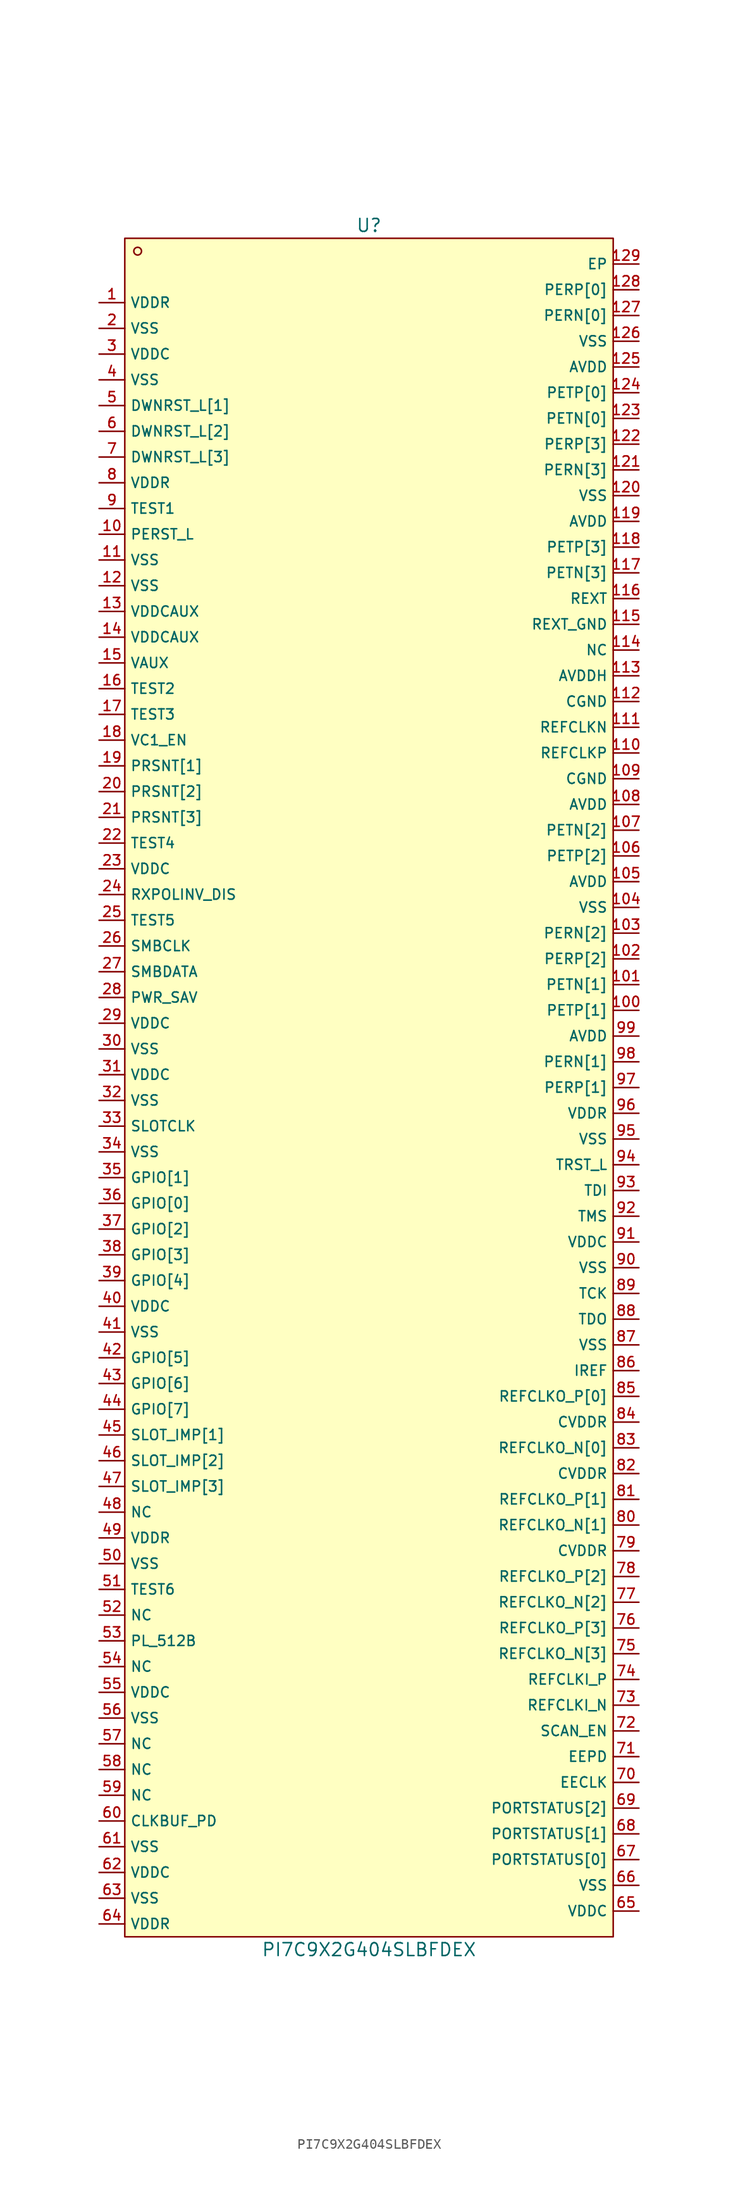
<source format=kicad_sym>
(kicad_symbol_lib
  (version 20241209)
  (generator "kicad_symbol_editor")
  (generator_version "9.0")
  (symbol "PI7C9X2G404SLBFDEX"
    (property "Reference" "U"
      (at 0 85.09 0)
      (effects (font (size 1.27 1.27))))
    (property "Value" "PI7C9X2G404SLBFDEX"
      (at 0 -85.09 0)
      (effects (font (size 1.27 1.27))))
    (symbol "PI7C9X2G404SLBFDEX_0_1"
      (rectangle (start -24.13 83.82) (end 24.13 -83.82) (stroke (width 0) (type default)) (fill (type background)))
      (circle (center -22.86 82.55) (radius 0.381) (stroke (width 0) (type default)) (fill (type background)))
      (pin unspecified line (at -26.67 74.93 0) (length 2.54) (name "VSS" (effects (font (size 1 1)))) (number "2" (effects (font (size 1 1)))))
      (pin unspecified line (at -26.67 72.39 0) (length 2.54) (name "VDDC" (effects (font (size 1 1)))) (number "3" (effects (font (size 1 1)))))
      (pin unspecified line (at -26.67 69.85 0) (length 2.54) (name "VSS" (effects (font (size 1 1)))) (number "4" (effects (font (size 1 1)))))
      (pin unspecified line (at -26.67 67.31 0) (length 2.54) (name "DWNRST_L[1]" (effects (font (size 1 1)))) (number "5" (effects (font (size 1 1)))))
      (pin unspecified line (at -26.67 64.77 0) (length 2.54) (name "DWNRST_L[2]" (effects (font (size 1 1)))) (number "6" (effects (font (size 1 1)))))
      (pin unspecified line (at -26.67 62.23 0) (length 2.54) (name "DWNRST_L[3]" (effects (font (size 1 1)))) (number "7" (effects (font (size 1 1)))))
      (pin unspecified line (at -26.67 59.69 0) (length 2.54) (name "VDDR" (effects (font (size 1 1)))) (number "8" (effects (font (size 1 1)))))
      (pin unspecified line (at -26.67 57.15 0) (length 2.54) (name "TEST1" (effects (font (size 1 1)))) (number "9" (effects (font (size 1 1)))))
      (pin unspecified line (at -26.67 54.61 0) (length 2.54) (name "PERST_L" (effects (font (size 1 1)))) (number "10" (effects (font (size 1 1)))))
      (pin unspecified line (at -26.67 52.07 0) (length 2.54) (name "VSS" (effects (font (size 1 1)))) (number "11" (effects (font (size 1 1)))))
      (pin unspecified line (at -26.67 49.53 0) (length 2.54) (name "VSS" (effects (font (size 1 1)))) (number "12" (effects (font (size 1 1)))))
      (pin unspecified line (at -26.67 46.99 0) (length 2.54) (name "VDDCAUX" (effects (font (size 1 1)))) (number "13" (effects (font (size 1 1)))))
      (pin unspecified line (at -26.67 44.45 0) (length 2.54) (name "VDDCAUX" (effects (font (size 1 1)))) (number "14" (effects (font (size 1 1)))))
      (pin unspecified line (at -26.67 41.91 0) (length 2.54) (name "VAUX" (effects (font (size 1 1)))) (number "15" (effects (font (size 1 1)))))
      (pin unspecified line (at -26.67 39.37 0) (length 2.54) (name "TEST2" (effects (font (size 1 1)))) (number "16" (effects (font (size 1 1)))))
      (pin unspecified line (at -26.67 36.83 0) (length 2.54) (name "TEST3" (effects (font (size 1 1)))) (number "17" (effects (font (size 1 1)))))
      (pin unspecified line (at -26.67 34.29 0) (length 2.54) (name "VC1_EN" (effects (font (size 1 1)))) (number "18" (effects (font (size 1 1)))))
      (pin unspecified line (at -26.67 31.75 0) (length 2.54) (name "PRSNT[1]" (effects (font (size 1 1)))) (number "19" (effects (font (size 1 1)))))
      (pin unspecified line (at -26.67 29.21 0) (length 2.54) (name "PRSNT[2]" (effects (font (size 1 1)))) (number "20" (effects (font (size 1 1)))))
      (pin unspecified line (at -26.67 26.67 0) (length 2.54) (name "PRSNT[3]" (effects (font (size 1 1)))) (number "21" (effects (font (size 1 1)))))
      (pin unspecified line (at -26.67 24.13 0) (length 2.54) (name "TEST4" (effects (font (size 1 1)))) (number "22" (effects (font (size 1 1)))))
      (pin unspecified line (at -26.67 21.59 0) (length 2.54) (name "VDDC" (effects (font (size 1 1)))) (number "23" (effects (font (size 1 1)))))
      (pin unspecified line (at -26.67 19.05 0) (length 2.54) (name "RXPOLINV_DIS" (effects (font (size 1 1)))) (number "24" (effects (font (size 1 1)))))
      (pin unspecified line (at -26.67 16.51 0) (length 2.54) (name "TEST5" (effects (font (size 1 1)))) (number "25" (effects (font (size 1 1)))))
      (pin unspecified line (at -26.67 13.97 0) (length 2.54) (name "SMBCLK" (effects (font (size 1 1)))) (number "26" (effects (font (size 1 1)))))
      (pin unspecified line (at -26.67 11.43 0) (length 2.54) (name "SMBDATA" (effects (font (size 1 1)))) (number "27" (effects (font (size 1 1)))))
      (pin unspecified line (at -26.67 8.89 0) (length 2.54) (name "PWR_SAV" (effects (font (size 1 1)))) (number "28" (effects (font (size 1 1)))))
      (pin unspecified line (at -26.67 6.35 0) (length 2.54) (name "VDDC" (effects (font (size 1 1)))) (number "29" (effects (font (size 1 1)))))
      (pin unspecified line (at -26.67 3.81 0) (length 2.54) (name "VSS" (effects (font (size 1 1)))) (number "30" (effects (font (size 1 1)))))
      (pin unspecified line (at -26.67 1.27 0) (length 2.54) (name "VDDC" (effects (font (size 1 1)))) (number "31" (effects (font (size 1 1)))))
      (pin unspecified line (at -26.67 -1.27 0) (length 2.54) (name "VSS" (effects (font (size 1 1)))) (number "32" (effects (font (size 1 1)))))
      (pin unspecified line (at -26.67 -3.81 0) (length 2.54) (name "SLOTCLK" (effects (font (size 1 1)))) (number "33" (effects (font (size 1 1)))))
      (pin unspecified line (at -26.67 -6.35 0) (length 2.54) (name "VSS" (effects (font (size 1 1)))) (number "34" (effects (font (size 1 1)))))
      (pin unspecified line (at -26.67 -8.89 0) (length 2.54) (name "GPIO[1]" (effects (font (size 1 1)))) (number "35" (effects (font (size 1 1)))))
      (pin unspecified line (at -26.67 -11.43 0) (length 2.54) (name "GPIO[0]" (effects (font (size 1 1)))) (number "36" (effects (font (size 1 1)))))
      (pin unspecified line (at -26.67 -13.97 0) (length 2.54) (name "GPIO[2]" (effects (font (size 1 1)))) (number "37" (effects (font (size 1 1)))))
      (pin unspecified line (at -26.67 -16.51 0) (length 2.54) (name "GPIO[3]" (effects (font (size 1 1)))) (number "38" (effects (font (size 1 1)))))
      (pin unspecified line (at -26.67 -19.05 0) (length 2.54) (name "GPIO[4]" (effects (font (size 1 1)))) (number "39" (effects (font (size 1 1)))))
      (pin unspecified line (at -26.67 -21.59 0) (length 2.54) (name "VDDC" (effects (font (size 1 1)))) (number "40" (effects (font (size 1 1)))))
      (pin unspecified line (at -26.67 -24.13 0) (length 2.54) (name "VSS" (effects (font (size 1 1)))) (number "41" (effects (font (size 1 1)))))
      (pin unspecified line (at -26.67 -26.67 0) (length 2.54) (name "GPIO[5]" (effects (font (size 1 1)))) (number "42" (effects (font (size 1 1)))))
      (pin unspecified line (at -26.67 -29.21 0) (length 2.54) (name "GPIO[6]" (effects (font (size 1 1)))) (number "43" (effects (font (size 1 1)))))
      (pin unspecified line (at -26.67 -31.75 0) (length 2.54) (name "GPIO[7]" (effects (font (size 1 1)))) (number "44" (effects (font (size 1 1)))))
      (pin unspecified line (at -26.67 -34.29 0) (length 2.54) (name "SLOT_IMP[1]" (effects (font (size 1 1)))) (number "45" (effects (font (size 1 1)))))
      (pin unspecified line (at -26.67 -36.83 0) (length 2.54) (name "SLOT_IMP[2]" (effects (font (size 1 1)))) (number "46" (effects (font (size 1 1)))))
      (pin unspecified line (at -26.67 -39.37 0) (length 2.54) (name "SLOT_IMP[3]" (effects (font (size 1 1)))) (number "47" (effects (font (size 1 1)))))
      (pin unspecified line (at -26.67 -41.91 0) (length 2.54) (name "NC" (effects (font (size 1 1)))) (number "48" (effects (font (size 1 1)))))
      (pin unspecified line (at -26.67 -44.45 0) (length 2.54) (name "VDDR" (effects (font (size 1 1)))) (number "49" (effects (font (size 1 1)))))
      (pin unspecified line (at -26.67 -46.99 0) (length 2.54) (name "VSS" (effects (font (size 1 1)))) (number "50" (effects (font (size 1 1)))))
      (pin unspecified line (at -26.67 -49.53 0) (length 2.54) (name "TEST6" (effects (font (size 1 1)))) (number "51" (effects (font (size 1 1)))))
      (pin unspecified line (at -26.67 -52.07 0) (length 2.54) (name "NC" (effects (font (size 1 1)))) (number "52" (effects (font (size 1 1)))))
      (pin unspecified line (at -26.67 -54.61 0) (length 2.54) (name "PL_512B" (effects (font (size 1 1)))) (number "53" (effects (font (size 1 1)))))
      (pin unspecified line (at -26.67 -57.15 0) (length 2.54) (name "NC" (effects (font (size 1 1)))) (number "54" (effects (font (size 1 1)))))
      (pin unspecified line (at -26.67 -59.69 0) (length 2.54) (name "VDDC" (effects (font (size 1 1)))) (number "55" (effects (font (size 1 1)))))
      (pin unspecified line (at -26.67 -62.23 0) (length 2.54) (name "VSS" (effects (font (size 1 1)))) (number "56" (effects (font (size 1 1)))))
      (pin unspecified line (at -26.67 -64.77 0) (length 2.54) (name "NC" (effects (font (size 1 1)))) (number "57" (effects (font (size 1 1)))))
      (pin unspecified line (at -26.67 -67.31 0) (length 2.54) (name "NC" (effects (font (size 1 1)))) (number "58" (effects (font (size 1 1)))))
      (pin unspecified line (at -26.67 -69.85 0) (length 2.54) (name "NC" (effects (font (size 1 1)))) (number "59" (effects (font (size 1 1)))))
      (pin unspecified line (at -26.67 -72.39 0) (length 2.54) (name "CLKBUF_PD" (effects (font (size 1 1)))) (number "60" (effects (font (size 1 1)))))
      (pin unspecified line (at -26.67 -74.93 0) (length 2.54) (name "VSS" (effects (font (size 1 1)))) (number "61" (effects (font (size 1 1)))))
      (pin unspecified line (at -26.67 -77.47 0) (length 2.54) (name "VDDC" (effects (font (size 1 1)))) (number "62" (effects (font (size 1 1)))))
      (pin unspecified line (at -26.67 -80.01 0) (length 2.54) (name "VSS" (effects (font (size 1 1)))) (number "63" (effects (font (size 1 1)))))
      (pin unspecified line (at -26.67 -82.55 0) (length 2.54) (name "VDDR" (effects (font (size 1 1)))) (number "64" (effects (font (size 1 1)))))
      (pin unspecified line (at 26.67 81.28 180) (length 2.54) (name "EP" (effects (font (size 1 1)))) (number "129" (effects (font (size 1 1)))))
      (pin unspecified line (at 26.67 78.74 180) (length 2.54) (name "PERP[0]" (effects (font (size 1 1)))) (number "128" (effects (font (size 1 1)))))
      (pin unspecified line (at 26.67 76.2 180) (length 2.54) (name "PERN[0]" (effects (font (size 1 1)))) (number "127" (effects (font (size 1 1)))))
      (pin unspecified line (at 26.67 73.66 180) (length 2.54) (name "VSS" (effects (font (size 1 1)))) (number "126" (effects (font (size 1 1)))))
      (pin unspecified line (at 26.67 71.12 180) (length 2.54) (name "AVDD" (effects (font (size 1 1)))) (number "125" (effects (font (size 1 1)))))
      (pin unspecified line (at 26.67 68.58 180) (length 2.54) (name "PETP[0]" (effects (font (size 1 1)))) (number "124" (effects (font (size 1 1)))))
      (pin unspecified line (at 26.67 66.04 180) (length 2.54) (name "PETN[0]" (effects (font (size 1 1)))) (number "123" (effects (font (size 1 1)))))
      (pin unspecified line (at 26.67 63.5 180) (length 2.54) (name "PERP[3]" (effects (font (size 1 1)))) (number "122" (effects (font (size 1 1)))))
      (pin unspecified line (at 26.67 60.96 180) (length 2.54) (name "PERN[3]" (effects (font (size 1 1)))) (number "121" (effects (font (size 1 1)))))
      (pin unspecified line (at 26.67 58.42 180) (length 2.54) (name "VSS" (effects (font (size 1 1)))) (number "120" (effects (font (size 1 1)))))
      (pin unspecified line (at 26.67 55.88 180) (length 2.54) (name "AVDD" (effects (font (size 1 1)))) (number "119" (effects (font (size 1 1)))))
      (pin unspecified line (at 26.67 53.34 180) (length 2.54) (name "PETP[3]" (effects (font (size 1 1)))) (number "118" (effects (font (size 1 1)))))
      (pin unspecified line (at 26.67 50.8 180) (length 2.54) (name "PETN[3]" (effects (font (size 1 1)))) (number "117" (effects (font (size 1 1)))))
      (pin unspecified line (at 26.67 48.26 180) (length 2.54) (name "REXT" (effects (font (size 1 1)))) (number "116" (effects (font (size 1 1)))))
      (pin unspecified line (at 26.67 45.72 180) (length 2.54) (name "REXT_GND" (effects (font (size 1 1)))) (number "115" (effects (font (size 1 1)))))
      (pin unspecified line (at 26.67 43.18 180) (length 2.54) (name "NC" (effects (font (size 1 1)))) (number "114" (effects (font (size 1 1)))))
      (pin unspecified line (at 26.67 40.64 180) (length 2.54) (name "AVDDH" (effects (font (size 1 1)))) (number "113" (effects (font (size 1 1)))))
      (pin unspecified line (at 26.67 38.1 180) (length 2.54) (name "CGND" (effects (font (size 1 1)))) (number "112" (effects (font (size 1 1)))))
      (pin unspecified line (at 26.67 35.56 180) (length 2.54) (name "REFCLKN" (effects (font (size 1 1)))) (number "111" (effects (font (size 1 1)))))
      (pin unspecified line (at 26.67 33.02 180) (length 2.54) (name "REFCLKP" (effects (font (size 1 1)))) (number "110" (effects (font (size 1 1)))))
      (pin unspecified line (at 26.67 30.48 180) (length 2.54) (name "CGND" (effects (font (size 1 1)))) (number "109" (effects (font (size 1 1)))))
      (pin unspecified line (at 26.67 27.94 180) (length 2.54) (name "AVDD" (effects (font (size 1 1)))) (number "108" (effects (font (size 1 1)))))
      (pin unspecified line (at 26.67 25.4 180) (length 2.54) (name "PETN[2]" (effects (font (size 1 1)))) (number "107" (effects (font (size 1 1)))))
      (pin unspecified line (at 26.67 22.86 180) (length 2.54) (name "PETP[2]" (effects (font (size 1 1)))) (number "106" (effects (font (size 1 1)))))
      (pin unspecified line (at 26.67 20.32 180) (length 2.54) (name "AVDD" (effects (font (size 1 1)))) (number "105" (effects (font (size 1 1)))))
      (pin unspecified line (at 26.67 17.78 180) (length 2.54) (name "VSS" (effects (font (size 1 1)))) (number "104" (effects (font (size 1 1)))))
      (pin unspecified line (at 26.67 15.24 180) (length 2.54) (name "PERN[2]" (effects (font (size 1 1)))) (number "103" (effects (font (size 1 1)))))
      (pin unspecified line (at 26.67 12.7 180) (length 2.54) (name "PERP[2]" (effects (font (size 1 1)))) (number "102" (effects (font (size 1 1)))))
      (pin unspecified line (at 26.67 10.16 180) (length 2.54) (name "PETN[1]" (effects (font (size 1 1)))) (number "101" (effects (font (size 1 1)))))
      (pin unspecified line (at 26.67 7.62 180) (length 2.54) (name "PETP[1]" (effects (font (size 1 1)))) (number "100" (effects (font (size 1 1)))))
      (pin unspecified line (at 26.67 5.08 180) (length 2.54) (name "AVDD" (effects (font (size 1 1)))) (number "99" (effects (font (size 1 1)))))
      (pin unspecified line (at 26.67 2.54 180) (length 2.54) (name "PERN[1]" (effects (font (size 1 1)))) (number "98" (effects (font (size 1 1)))))
      (pin unspecified line (at 26.67 0 180) (length 2.54) (name "PERP[1]" (effects (font (size 1 1)))) (number "97" (effects (font (size 1 1)))))
      (pin unspecified line (at 26.67 -2.54 180) (length 2.54) (name "VDDR" (effects (font (size 1 1)))) (number "96" (effects (font (size 1 1)))))
      (pin unspecified line (at 26.67 -5.08 180) (length 2.54) (name "VSS" (effects (font (size 1 1)))) (number "95" (effects (font (size 1 1)))))
      (pin unspecified line (at 26.67 -7.62 180) (length 2.54) (name "TRST_L" (effects (font (size 1 1)))) (number "94" (effects (font (size 1 1)))))
      (pin unspecified line (at 26.67 -10.16 180) (length 2.54) (name "TDI" (effects (font (size 1 1)))) (number "93" (effects (font (size 1 1)))))
      (pin unspecified line (at 26.67 -12.7 180) (length 2.54) (name "TMS" (effects (font (size 1 1)))) (number "92" (effects (font (size 1 1)))))
      (pin unspecified line (at 26.67 -15.24 180) (length 2.54) (name "VDDC" (effects (font (size 1 1)))) (number "91" (effects (font (size 1 1)))))
      (pin unspecified line (at 26.67 -17.78 180) (length 2.54) (name "VSS" (effects (font (size 1 1)))) (number "90" (effects (font (size 1 1)))))
      (pin unspecified line (at 26.67 -20.32 180) (length 2.54) (name "TCK" (effects (font (size 1 1)))) (number "89" (effects (font (size 1 1)))))
      (pin unspecified line (at 26.67 -22.86 180) (length 2.54) (name "TDO" (effects (font (size 1 1)))) (number "88" (effects (font (size 1 1)))))
      (pin unspecified line (at 26.67 -25.4 180) (length 2.54) (name "VSS" (effects (font (size 1 1)))) (number "87" (effects (font (size 1 1)))))
      (pin unspecified line (at 26.67 -27.94 180) (length 2.54) (name "IREF" (effects (font (size 1 1)))) (number "86" (effects (font (size 1 1)))))
      (pin unspecified line (at 26.67 -30.48 180) (length 2.54) (name "REFCLKO_P[0]" (effects (font (size 1 1)))) (number "85" (effects (font (size 1 1)))))
      (pin unspecified line (at 26.67 -33.02 180) (length 2.54) (name "CVDDR" (effects (font (size 1 1)))) (number "84" (effects (font (size 1 1)))))
      (pin unspecified line (at 26.67 -35.56 180) (length 2.54) (name "REFCLKO_N[0]" (effects (font (size 1 1)))) (number "83" (effects (font (size 1 1)))))
      (pin unspecified line (at 26.67 -38.1 180) (length 2.54) (name "CVDDR" (effects (font (size 1 1)))) (number "82" (effects (font (size 1 1)))))
      (pin unspecified line (at 26.67 -40.64 180) (length 2.54) (name "REFCLKO_P[1]" (effects (font (size 1 1)))) (number "81" (effects (font (size 1 1)))))
      (pin unspecified line (at 26.67 -43.18 180) (length 2.54) (name "REFCLKO_N[1]" (effects (font (size 1 1)))) (number "80" (effects (font (size 1 1)))))
      (pin unspecified line (at 26.67 -45.72 180) (length 2.54) (name "CVDDR" (effects (font (size 1 1)))) (number "79" (effects (font (size 1 1)))))
      (pin unspecified line (at 26.67 -48.26 180) (length 2.54) (name "REFCLKO_P[2]" (effects (font (size 1 1)))) (number "78" (effects (font (size 1 1)))))
      (pin unspecified line (at 26.67 -50.8 180) (length 2.54) (name "REFCLKO_N[2]" (effects (font (size 1 1)))) (number "77" (effects (font (size 1 1)))))
      (pin unspecified line (at 26.67 -53.34 180) (length 2.54) (name "REFCLKO_P[3]" (effects (font (size 1 1)))) (number "76" (effects (font (size 1 1)))))
      (pin unspecified line (at 26.67 -55.88 180) (length 2.54) (name "REFCLKO_N[3]" (effects (font (size 1 1)))) (number "75" (effects (font (size 1 1)))))
      (pin unspecified line (at 26.67 -58.42 180) (length 2.54) (name "REFCLKI_P" (effects (font (size 1 1)))) (number "74" (effects (font (size 1 1)))))
      (pin unspecified line (at 26.67 -60.96 180) (length 2.54) (name "REFCLKI_N" (effects (font (size 1 1)))) (number "73" (effects (font (size 1 1)))))
      (pin unspecified line (at 26.67 -63.5 180) (length 2.54) (name "SCAN_EN" (effects (font (size 1 1)))) (number "72" (effects (font (size 1 1)))))
      (pin unspecified line (at 26.67 -66.04 180) (length 2.54) (name "EEPD" (effects (font (size 1 1)))) (number "71" (effects (font (size 1 1)))))
      (pin unspecified line (at 26.67 -68.58 180) (length 2.54) (name "EECLK" (effects (font (size 1 1)))) (number "70" (effects (font (size 1 1)))))
      (pin unspecified line (at 26.67 -71.12 180) (length 2.54) (name "PORTSTATUS[2]" (effects (font (size 1 1)))) (number "69" (effects (font (size 1 1)))))
      (pin unspecified line (at 26.67 -73.66 180) (length 2.54) (name "PORTSTATUS[1]" (effects (font (size 1 1)))) (number "68" (effects (font (size 1 1)))))
      (pin unspecified line (at 26.67 -76.2 180) (length 2.54) (name "PORTSTATUS[0]" (effects (font (size 1 1)))) (number "67" (effects (font (size 1 1)))))
      (pin unspecified line (at 26.67 -78.74 180) (length 2.54) (name "VSS" (effects (font (size 1 1)))) (number "66" (effects (font (size 1 1)))))
      (pin unspecified line (at 26.67 -81.28 180) (length 2.54) (name "VDDC" (effects (font (size 1 1)))) (number "65" (effects (font (size 1 1))))))
    (symbol "PI7C9X2G404SLBFDEX_1_1"
      (pin unspecified line (at -26.67 77.47 0) (length 2.54) (name "VDDR" (effects (font (size 1 1)))) (number "1" (effects (font (size 1 1))))))))
</source>
